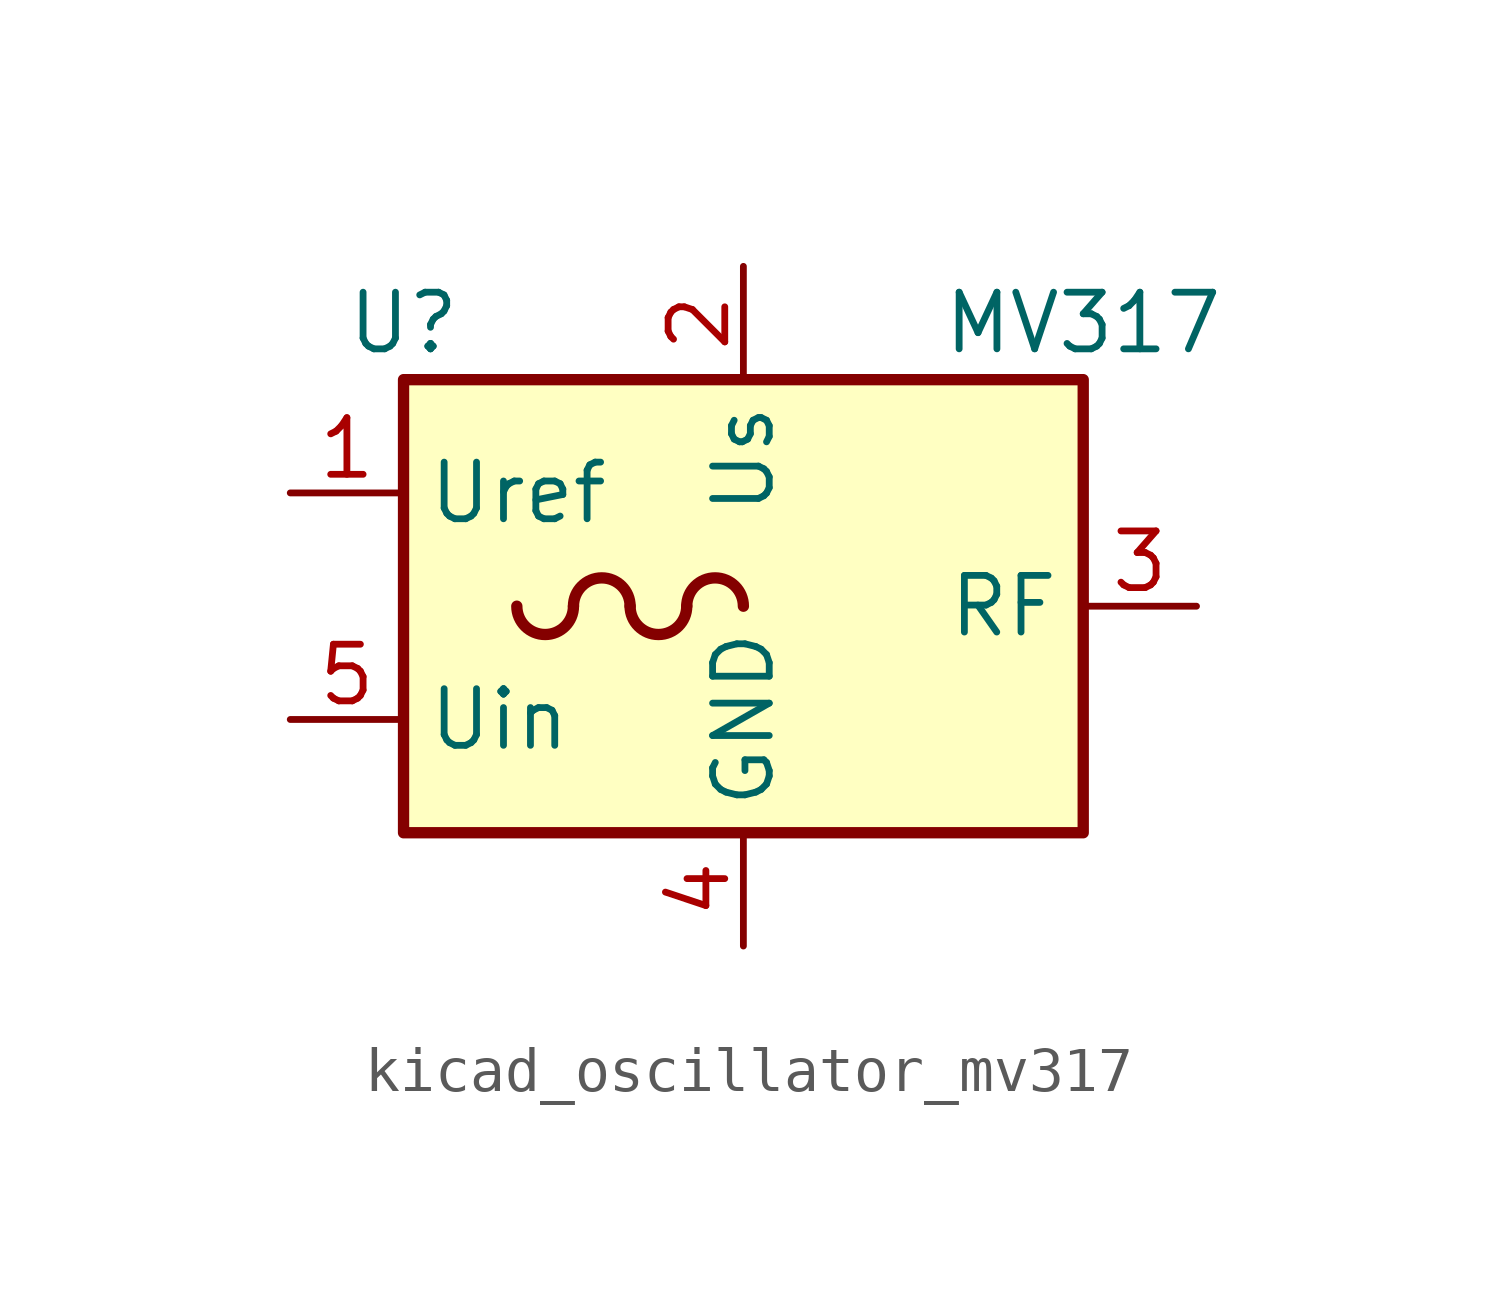
<source format=kicad_sym>
(kicad_symbol_lib
  (version 20220914)
  (generator kicad_symbol_editor)
  (symbol "kicad_oscillator_mv317"
    (property "Reference" "U"
      (at -7.62 6.35 0)
      (effects (font (size 1.27 1.27))))
    (property "Value" "MV317"
      (at 7.62 6.35 0)
      (effects (font (size 1.27 1.27))))
    (symbol "kicad_oscillator_mv317_0_1"
      (rectangle (start -7.62 5.08) (end 7.62 -5.08) (stroke (width 0.254) (type default)) (fill (type background)))
      (arc (start -5.08 0) (mid -4.445 -0.6323) (end -3.81 0) (stroke (width 0.254) (type default)) (fill (type none)))
      (arc (start -2.54 0) (mid -3.175 0.6323) (end -3.81 0) (stroke (width 0.254) (type default)) (fill (type none)))
      (arc (start -2.54 0) (mid -1.905 -0.6323) (end -1.27 0) (stroke (width 0.254) (type default)) (fill (type none)))
      (arc (start 0 0) (mid -0.635 0.6323) (end -1.27 0) (stroke (width 0.254) (type default)) (fill (type none))))
    (symbol "kicad_oscillator_mv317_1_1"
      (pin output line (at -10.16 2.54 0) (length 2.54) (name "Uref" (effects (font (size 1.27 1.27)))) (number "1" (effects (font (size 1.27 1.27)))))
      (pin power_in line (at 0 7.62 270) (length 2.54) (name "Us" (effects (font (size 1.27 1.27)))) (number "2" (effects (font (size 1.27 1.27)))))
      (pin output line (at 10.16 0 180) (length 2.54) (name "RF" (effects (font (size 1.27 1.27)))) (number "3" (effects (font (size 1.27 1.27)))))
      (pin power_in line (at 0 -7.62 90) (length 2.54) (name "GND" (effects (font (size 1.27 1.27)))) (number "4" (effects (font (size 1.27 1.27)))))
      (pin input line (at -10.16 -2.54 0) (length 2.54) (name "Uin" (effects (font (size 1.27 1.27)))) (number "5" (effects (font (size 1.27 1.27))))))))
</source>
